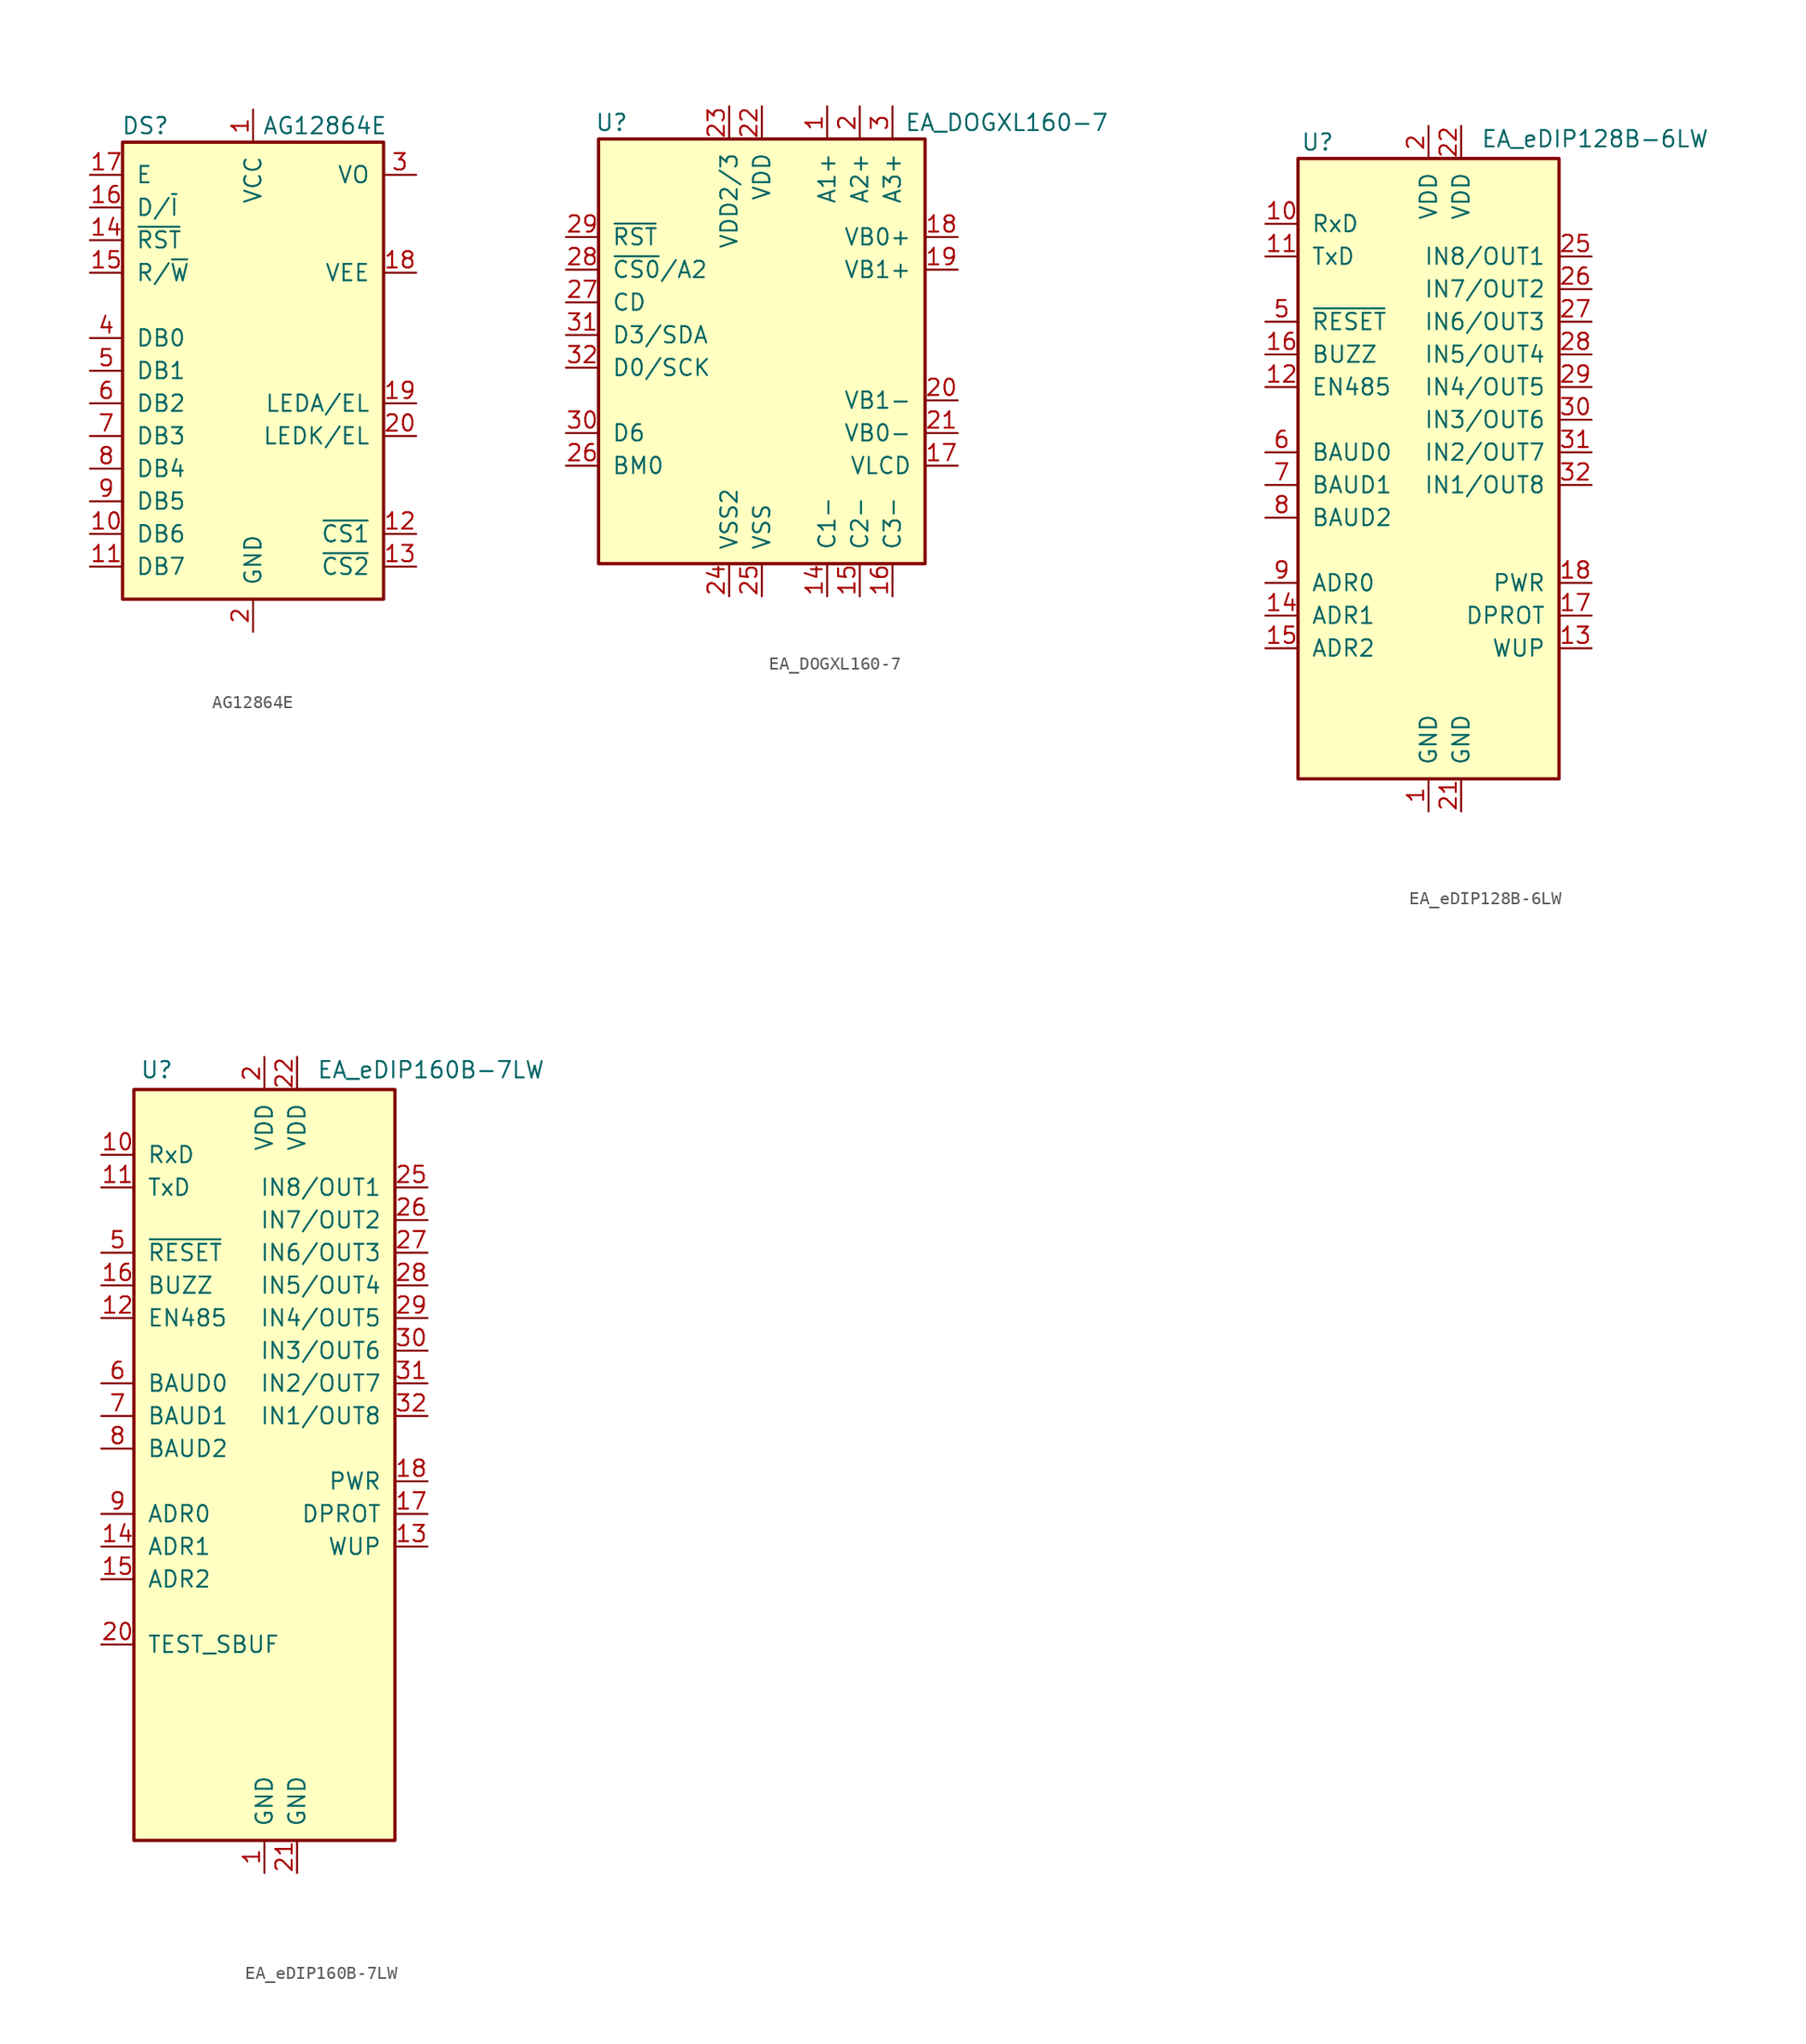
<source format=kicad_sym>
(kicad_symbol_lib
  (version 20201005)
  (generator kicad_symbol_editor)
  (symbol "AG12864E"
    (pin_names
      (offset 1.016))
    (property "Reference" "DS"
      (at -8.382 19.05 0)
      (effects (font (size 1.27 1.27))))
    (property "Value" "AG12864E"
      (at 5.588 19.05 0)
      (effects (font (size 1.27 1.27))))
    (symbol "AG12864E_0_1"
      (rectangle (start -10.16 17.78) (end 10.16 -17.78) (stroke (width 0.254)) (fill (type background))))
    (symbol "AG12864E_1_1"
      (pin power_in line (at 0 20.32 270) (length 2.54) (name "VCC" (effects (font (size 1.27 1.27)))) (number "1" (effects (font (size 1.27 1.27)))))
      (pin bidirectional line (at -12.7 -12.7 0) (length 2.54) (name "DB6" (effects (font (size 1.27 1.27)))) (number "10" (effects (font (size 1.27 1.27)))))
      (pin bidirectional line (at -12.7 -15.24 0) (length 2.54) (name "DB7" (effects (font (size 1.27 1.27)))) (number "11" (effects (font (size 1.27 1.27)))))
      (pin input line (at 12.7 -12.7 180) (length 2.54) (name "~CS1~" (effects (font (size 1.27 1.27)))) (number "12" (effects (font (size 1.27 1.27)))))
      (pin input line (at 12.7 -15.24 180) (length 2.54) (name "~CS2~" (effects (font (size 1.27 1.27)))) (number "13" (effects (font (size 1.27 1.27)))))
      (pin input line (at -12.7 10.16 0) (length 2.54) (name "~RST~" (effects (font (size 1.27 1.27)))) (number "14" (effects (font (size 1.27 1.27)))))
      (pin input line (at -12.7 7.62 0) (length 2.54) (name "R/~W~" (effects (font (size 1.27 1.27)))) (number "15" (effects (font (size 1.27 1.27)))))
      (pin input line (at -12.7 12.7 0) (length 2.54) (name "D/~I~" (effects (font (size 1.27 1.27)))) (number "16" (effects (font (size 1.27 1.27)))))
      (pin input line (at -12.7 15.24 0) (length 2.54) (name "E" (effects (font (size 1.27 1.27)))) (number "17" (effects (font (size 1.27 1.27)))))
      (pin passive line (at 12.7 7.62 180) (length 2.54) (name "VEE" (effects (font (size 1.27 1.27)))) (number "18" (effects (font (size 1.27 1.27)))))
      (pin passive line (at 12.7 -2.54 180) (length 2.54) (name "LEDA/EL" (effects (font (size 1.27 1.27)))) (number "19" (effects (font (size 1.27 1.27)))))
      (pin power_in line (at 0 -20.32 90) (length 2.54) (name "GND" (effects (font (size 1.27 1.27)))) (number "2" (effects (font (size 1.27 1.27)))))
      (pin passive line (at 12.7 -5.08 180) (length 2.54) (name "LEDK/EL" (effects (font (size 1.27 1.27)))) (number "20" (effects (font (size 1.27 1.27)))))
      (pin passive line (at 12.7 15.24 180) (length 2.54) (name "VO" (effects (font (size 1.27 1.27)))) (number "3" (effects (font (size 1.27 1.27)))))
      (pin bidirectional line (at -12.7 2.54 0) (length 2.54) (name "DB0" (effects (font (size 1.27 1.27)))) (number "4" (effects (font (size 1.27 1.27)))))
      (pin bidirectional line (at -12.7 0 0) (length 2.54) (name "DB1" (effects (font (size 1.27 1.27)))) (number "5" (effects (font (size 1.27 1.27)))))
      (pin bidirectional line (at -12.7 -2.54 0) (length 2.54) (name "DB2" (effects (font (size 1.27 1.27)))) (number "6" (effects (font (size 1.27 1.27)))))
      (pin bidirectional line (at -12.7 -5.08 0) (length 2.54) (name "DB3" (effects (font (size 1.27 1.27)))) (number "7" (effects (font (size 1.27 1.27)))))
      (pin bidirectional line (at -12.7 -7.62 0) (length 2.54) (name "DB4" (effects (font (size 1.27 1.27)))) (number "8" (effects (font (size 1.27 1.27)))))
      (pin bidirectional line (at -12.7 -10.16 0) (length 2.54) (name "DB5" (effects (font (size 1.27 1.27)))) (number "9" (effects (font (size 1.27 1.27)))))))
  (symbol "EA_DOGXL160-7"
    (pin_names
      (offset 1.016))
    (property "Reference" "U"
      (at -11.684 16.51 0)
      (effects (font (size 1.27 1.27))))
    (property "Value" "EA_DOGXL160-7"
      (at 19.05 16.51 0)
      (effects (font (size 1.27 1.27))))
    (symbol "EA_DOGXL160-7_0_1"
      (rectangle (start -12.7 15.24) (end 12.7 -17.78) (stroke (width 0.254)) (fill (type background))))
    (symbol "EA_DOGXL160-7_1_1"
      (pin power_in line (at 5.08 17.78 270) (length 2.54) (name "A1+" (effects (font (size 1.27 1.27)))) (number "1" (effects (font (size 1.27 1.27)))))
      (pin power_in line (at 5.08 -20.32 90) (length 2.54) (name "C1-" (effects (font (size 1.27 1.27)))) (number "14" (effects (font (size 1.27 1.27)))))
      (pin power_in line (at 7.62 -20.32 90) (length 2.54) (name "C2-" (effects (font (size 1.27 1.27)))) (number "15" (effects (font (size 1.27 1.27)))))
      (pin power_in line (at 10.16 -20.32 90) (length 2.54) (name "C3-" (effects (font (size 1.27 1.27)))) (number "16" (effects (font (size 1.27 1.27)))))
      (pin passive line (at 15.24 -10.16 180) (length 2.54) (name "VLCD" (effects (font (size 1.27 1.27)))) (number "17" (effects (font (size 1.27 1.27)))))
      (pin passive line (at 15.24 7.62 180) (length 2.54) (name "VB0+" (effects (font (size 1.27 1.27)))) (number "18" (effects (font (size 1.27 1.27)))))
      (pin passive line (at 15.24 5.08 180) (length 2.54) (name "VB1+" (effects (font (size 1.27 1.27)))) (number "19" (effects (font (size 1.27 1.27)))))
      (pin power_in line (at 7.62 17.78 270) (length 2.54) (name "A2+" (effects (font (size 1.27 1.27)))) (number "2" (effects (font (size 1.27 1.27)))))
      (pin passive line (at 15.24 -5.08 180) (length 2.54) (name "VB1-" (effects (font (size 1.27 1.27)))) (number "20" (effects (font (size 1.27 1.27)))))
      (pin passive line (at 15.24 -7.62 180) (length 2.54) (name "VB0-" (effects (font (size 1.27 1.27)))) (number "21" (effects (font (size 1.27 1.27)))))
      (pin power_in line (at 0 17.78 270) (length 2.54) (name "VDD" (effects (font (size 1.27 1.27)))) (number "22" (effects (font (size 1.27 1.27)))))
      (pin power_in line (at -2.54 17.78 270) (length 2.54) (name "VDD2/3" (effects (font (size 1.27 1.27)))) (number "23" (effects (font (size 1.27 1.27)))))
      (pin power_in line (at -2.54 -20.32 90) (length 2.54) (name "VSS2" (effects (font (size 1.27 1.27)))) (number "24" (effects (font (size 1.27 1.27)))))
      (pin power_in line (at 0 -20.32 90) (length 2.54) (name "VSS" (effects (font (size 1.27 1.27)))) (number "25" (effects (font (size 1.27 1.27)))))
      (pin input line (at -15.24 -10.16 0) (length 2.54) (name "BM0" (effects (font (size 1.27 1.27)))) (number "26" (effects (font (size 1.27 1.27)))))
      (pin input line (at -15.24 2.54 0) (length 2.54) (name "CD" (effects (font (size 1.27 1.27)))) (number "27" (effects (font (size 1.27 1.27)))))
      (pin input line (at -15.24 5.08 0) (length 2.54) (name "~CS0~/A2" (effects (font (size 1.27 1.27)))) (number "28" (effects (font (size 1.27 1.27)))))
      (pin input line (at -15.24 7.62 0) (length 2.54) (name "~RST" (effects (font (size 1.27 1.27)))) (number "29" (effects (font (size 1.27 1.27)))))
      (pin power_in line (at 10.16 17.78 270) (length 2.54) (name "A3+" (effects (font (size 1.27 1.27)))) (number "3" (effects (font (size 1.27 1.27)))))
      (pin input line (at -15.24 -7.62 0) (length 2.54) (name "D6" (effects (font (size 1.27 1.27)))) (number "30" (effects (font (size 1.27 1.27)))))
      (pin bidirectional line (at -15.24 0 0) (length 2.54) (name "D3/SDA" (effects (font (size 1.27 1.27)))) (number "31" (effects (font (size 1.27 1.27)))))
      (pin input line (at -15.24 -2.54 0) (length 2.54) (name "D0/SCK" (effects (font (size 1.27 1.27)))) (number "32" (effects (font (size 1.27 1.27)))))))
  (symbol "EA_eDIP128B-6LW"
    (pin_names
      (offset 1.016))
    (property "Reference" "U"
      (at -8.636 24.13 0)
      (effects (font (size 1.27 1.27))))
    (property "Value" "EA_eDIP128B-6LW"
      (at 4.064 24.384 0)
      (effects (font (size 1.27 1.27)) (justify left)))
    (symbol "EA_eDIP128B-6LW_0_1"
      (rectangle (start -10.16 22.86) (end 10.16 -25.4) (stroke (width 0.254)) (fill (type background))))
    (symbol "EA_eDIP128B-6LW_1_1"
      (pin power_in line (at 0 -27.94 90) (length 2.54) (name "GND" (effects (font (size 1.27 1.27)))) (number "1" (effects (font (size 1.27 1.27)))))
      (pin input line (at -12.7 17.78 0) (length 2.54) (name "RxD" (effects (font (size 1.27 1.27)))) (number "10" (effects (font (size 1.27 1.27)))))
      (pin output line (at -12.7 15.24 0) (length 2.54) (name "TxD" (effects (font (size 1.27 1.27)))) (number "11" (effects (font (size 1.27 1.27)))))
      (pin output line (at -12.7 5.08 0) (length 2.54) (name "EN485" (effects (font (size 1.27 1.27)))) (number "12" (effects (font (size 1.27 1.27)))))
      (pin input line (at 12.7 -15.24 180) (length 2.54) (name "WUP" (effects (font (size 1.27 1.27)))) (number "13" (effects (font (size 1.27 1.27)))))
      (pin input line (at -12.7 -12.7 0) (length 2.54) (name "ADR1" (effects (font (size 1.27 1.27)))) (number "14" (effects (font (size 1.27 1.27)))))
      (pin input line (at -12.7 -15.24 0) (length 2.54) (name "ADR2" (effects (font (size 1.27 1.27)))) (number "15" (effects (font (size 1.27 1.27)))))
      (pin output line (at -12.7 7.62 0) (length 2.54) (name "BUZZ" (effects (font (size 1.27 1.27)))) (number "16" (effects (font (size 1.27 1.27)))))
      (pin input line (at 12.7 -12.7 180) (length 2.54) (name "DPROT" (effects (font (size 1.27 1.27)))) (number "17" (effects (font (size 1.27 1.27)))))
      (pin output line (at 12.7 -10.16 180) (length 2.54) (name "PWR" (effects (font (size 1.27 1.27)))) (number "18" (effects (font (size 1.27 1.27)))))
      (pin no_connect line (at -12.7 -22.86 0) (length 2.54) hide (name "NC" (effects (font (size 1.27 1.27)))) (number "19" (effects (font (size 1.27 1.27)))))
      (pin power_in line (at 0 25.4 270) (length 2.54) (name "VDD" (effects (font (size 1.27 1.27)))) (number "2" (effects (font (size 1.27 1.27)))))
      (pin power_in line (at 2.54 -27.94 90) (length 2.54) (name "GND" (effects (font (size 1.27 1.27)))) (number "21" (effects (font (size 1.27 1.27)))))
      (pin power_in line (at 2.54 25.4 270) (length 2.54) (name "VDD" (effects (font (size 1.27 1.27)))) (number "22" (effects (font (size 1.27 1.27)))))
      (pin no_connect line (at 12.7 -17.78 180) (length 2.54) hide (name "NC" (effects (font (size 1.27 1.27)))) (number "23" (effects (font (size 1.27 1.27)))))
      (pin no_connect line (at 12.7 -20.32 180) (length 2.54) hide (name "NC" (effects (font (size 1.27 1.27)))) (number "24" (effects (font (size 1.27 1.27)))))
      (pin bidirectional line (at 12.7 15.24 180) (length 2.54) (name "IN8/OUT1" (effects (font (size 1.27 1.27)))) (number "25" (effects (font (size 1.27 1.27)))))
      (pin bidirectional line (at 12.7 12.7 180) (length 2.54) (name "IN7/OUT2" (effects (font (size 1.27 1.27)))) (number "26" (effects (font (size 1.27 1.27)))))
      (pin bidirectional line (at 12.7 10.16 180) (length 2.54) (name "IN6/OUT3" (effects (font (size 1.27 1.27)))) (number "27" (effects (font (size 1.27 1.27)))))
      (pin bidirectional line (at 12.7 7.62 180) (length 2.54) (name "IN5/OUT4" (effects (font (size 1.27 1.27)))) (number "28" (effects (font (size 1.27 1.27)))))
      (pin bidirectional line (at 12.7 5.08 180) (length 2.54) (name "IN4/OUT5" (effects (font (size 1.27 1.27)))) (number "29" (effects (font (size 1.27 1.27)))))
      (pin no_connect line (at -12.7 -17.78 0) (length 2.54) hide (name "NC" (effects (font (size 1.27 1.27)))) (number "3" (effects (font (size 1.27 1.27)))))
      (pin bidirectional line (at 12.7 2.54 180) (length 2.54) (name "IN3/OUT6" (effects (font (size 1.27 1.27)))) (number "30" (effects (font (size 1.27 1.27)))))
      (pin bidirectional line (at 12.7 0 180) (length 2.54) (name "IN2/OUT7" (effects (font (size 1.27 1.27)))) (number "31" (effects (font (size 1.27 1.27)))))
      (pin bidirectional line (at 12.7 -2.54 180) (length 2.54) (name "IN1/OUT8" (effects (font (size 1.27 1.27)))) (number "32" (effects (font (size 1.27 1.27)))))
      (pin no_connect line (at -12.7 -20.32 0) (length 2.54) hide (name "NC" (effects (font (size 1.27 1.27)))) (number "4" (effects (font (size 1.27 1.27)))))
      (pin input line (at -12.7 10.16 0) (length 2.54) (name "~RESET" (effects (font (size 1.27 1.27)))) (number "5" (effects (font (size 1.27 1.27)))))
      (pin input line (at -12.7 0 0) (length 2.54) (name "BAUD0" (effects (font (size 1.27 1.27)))) (number "6" (effects (font (size 1.27 1.27)))))
      (pin input line (at -12.7 -2.54 0) (length 2.54) (name "BAUD1" (effects (font (size 1.27 1.27)))) (number "7" (effects (font (size 1.27 1.27)))))
      (pin input line (at -12.7 -5.08 0) (length 2.54) (name "BAUD2" (effects (font (size 1.27 1.27)))) (number "8" (effects (font (size 1.27 1.27)))))
      (pin input line (at -12.7 -10.16 0) (length 2.54) (name "ADR0" (effects (font (size 1.27 1.27)))) (number "9" (effects (font (size 1.27 1.27)))))))
  (symbol "EA_eDIP160B-7LW"
    (pin_names
      (offset 1.016))
    (property "Reference" "U"
      (at -8.382 29.464 0)
      (effects (font (size 1.27 1.27))))
    (property "Value" "EA_eDIP160B-7LW"
      (at 4.064 29.464 0)
      (effects (font (size 1.27 1.27)) (justify left)))
    (symbol "EA_eDIP160B-7LW_0_1"
      (rectangle (start -10.16 27.94) (end 10.16 -30.48) (stroke (width 0.254)) (fill (type background))))
    (symbol "EA_eDIP160B-7LW_1_1"
      (pin power_in line (at 0 -33.02 90) (length 2.54) (name "GND" (effects (font (size 1.27 1.27)))) (number "1" (effects (font (size 1.27 1.27)))))
      (pin input line (at -12.7 22.86 0) (length 2.54) (name "RxD" (effects (font (size 1.27 1.27)))) (number "10" (effects (font (size 1.27 1.27)))))
      (pin output line (at -12.7 20.32 0) (length 2.54) (name "TxD" (effects (font (size 1.27 1.27)))) (number "11" (effects (font (size 1.27 1.27)))))
      (pin output line (at -12.7 10.16 0) (length 2.54) (name "EN485" (effects (font (size 1.27 1.27)))) (number "12" (effects (font (size 1.27 1.27)))))
      (pin input line (at 12.7 -7.62 180) (length 2.54) (name "WUP" (effects (font (size 1.27 1.27)))) (number "13" (effects (font (size 1.27 1.27)))))
      (pin input line (at -12.7 -7.62 0) (length 2.54) (name "ADR1" (effects (font (size 1.27 1.27)))) (number "14" (effects (font (size 1.27 1.27)))))
      (pin input line (at -12.7 -10.16 0) (length 2.54) (name "ADR2" (effects (font (size 1.27 1.27)))) (number "15" (effects (font (size 1.27 1.27)))))
      (pin output line (at -12.7 12.7 0) (length 2.54) (name "BUZZ" (effects (font (size 1.27 1.27)))) (number "16" (effects (font (size 1.27 1.27)))))
      (pin input line (at 12.7 -5.08 180) (length 2.54) (name "DPROT" (effects (font (size 1.27 1.27)))) (number "17" (effects (font (size 1.27 1.27)))))
      (pin output line (at 12.7 -2.54 180) (length 2.54) (name "PWR" (effects (font (size 1.27 1.27)))) (number "18" (effects (font (size 1.27 1.27)))))
      (pin no_connect line (at -10.16 -22.86 0) (length 2.54) hide (name "NC" (effects (font (size 1.27 1.27)))) (number "19" (effects (font (size 1.27 1.27)))))
      (pin power_in line (at 0 30.48 270) (length 2.54) (name "VDD" (effects (font (size 1.27 1.27)))) (number "2" (effects (font (size 1.27 1.27)))))
      (pin open_collector line (at -12.7 -15.24 0) (length 2.54) (name "TEST_SBUF" (effects (font (size 1.27 1.27)))) (number "20" (effects (font (size 1.27 1.27)))))
      (pin power_in line (at 2.54 -33.02 90) (length 2.54) (name "GND" (effects (font (size 1.27 1.27)))) (number "21" (effects (font (size 1.27 1.27)))))
      (pin power_in line (at 2.54 30.48 270) (length 2.54) (name "VDD" (effects (font (size 1.27 1.27)))) (number "22" (effects (font (size 1.27 1.27)))))
      (pin no_connect line (at -10.16 -25.4 0) (length 2.54) hide (name "NC" (effects (font (size 1.27 1.27)))) (number "23" (effects (font (size 1.27 1.27)))))
      (pin no_connect line (at -10.16 -27.94 0) (length 2.54) hide (name "NC" (effects (font (size 1.27 1.27)))) (number "24" (effects (font (size 1.27 1.27)))))
      (pin bidirectional line (at 12.7 20.32 180) (length 2.54) (name "IN8/OUT1" (effects (font (size 1.27 1.27)))) (number "25" (effects (font (size 1.27 1.27)))))
      (pin bidirectional line (at 12.7 17.78 180) (length 2.54) (name "IN7/OUT2" (effects (font (size 1.27 1.27)))) (number "26" (effects (font (size 1.27 1.27)))))
      (pin bidirectional line (at 12.7 15.24 180) (length 2.54) (name "IN6/OUT3" (effects (font (size 1.27 1.27)))) (number "27" (effects (font (size 1.27 1.27)))))
      (pin bidirectional line (at 12.7 12.7 180) (length 2.54) (name "IN5/OUT4" (effects (font (size 1.27 1.27)))) (number "28" (effects (font (size 1.27 1.27)))))
      (pin bidirectional line (at 12.7 10.16 180) (length 2.54) (name "IN4/OUT5" (effects (font (size 1.27 1.27)))) (number "29" (effects (font (size 1.27 1.27)))))
      (pin no_connect line (at -10.16 -17.78 0) (length 2.54) hide (name "NC" (effects (font (size 1.27 1.27)))) (number "3" (effects (font (size 1.27 1.27)))))
      (pin bidirectional line (at 12.7 7.62 180) (length 2.54) (name "IN3/OUT6" (effects (font (size 1.27 1.27)))) (number "30" (effects (font (size 1.27 1.27)))))
      (pin bidirectional line (at 12.7 5.08 180) (length 2.54) (name "IN2/OUT7" (effects (font (size 1.27 1.27)))) (number "31" (effects (font (size 1.27 1.27)))))
      (pin bidirectional line (at 12.7 2.54 180) (length 2.54) (name "IN1/OUT8" (effects (font (size 1.27 1.27)))) (number "32" (effects (font (size 1.27 1.27)))))
      (pin no_connect line (at 10.16 -10.16 180) (length 2.54) hide (name "NC" (effects (font (size 1.27 1.27)))) (number "33" (effects (font (size 1.27 1.27)))))
      (pin no_connect line (at 10.16 -12.7 180) (length 2.54) hide (name "NC" (effects (font (size 1.27 1.27)))) (number "34" (effects (font (size 1.27 1.27)))))
      (pin no_connect line (at 10.16 -15.24 180) (length 2.54) hide (name "NC" (effects (font (size 1.27 1.27)))) (number "35" (effects (font (size 1.27 1.27)))))
      (pin no_connect line (at 10.16 -17.78 180) (length 2.54) hide (name "NC" (effects (font (size 1.27 1.27)))) (number "36" (effects (font (size 1.27 1.27)))))
      (pin no_connect line (at 10.16 -20.32 180) (length 2.54) hide (name "NC" (effects (font (size 1.27 1.27)))) (number "37" (effects (font (size 1.27 1.27)))))
      (pin no_connect line (at 10.16 -22.86 180) (length 2.54) hide (name "NC" (effects (font (size 1.27 1.27)))) (number "38" (effects (font (size 1.27 1.27)))))
      (pin no_connect line (at 10.16 -25.4 180) (length 2.54) hide (name "NC" (effects (font (size 1.27 1.27)))) (number "39" (effects (font (size 1.27 1.27)))))
      (pin no_connect line (at -10.16 -20.32 0) (length 2.54) hide (name "NC" (effects (font (size 1.27 1.27)))) (number "4" (effects (font (size 1.27 1.27)))))
      (pin no_connect line (at 10.16 -27.94 180) (length 2.54) hide (name "NC" (effects (font (size 1.27 1.27)))) (number "40" (effects (font (size 1.27 1.27)))))
      (pin input line (at -12.7 15.24 0) (length 2.54) (name "~RESET" (effects (font (size 1.27 1.27)))) (number "5" (effects (font (size 1.27 1.27)))))
      (pin input line (at -12.7 5.08 0) (length 2.54) (name "BAUD0" (effects (font (size 1.27 1.27)))) (number "6" (effects (font (size 1.27 1.27)))))
      (pin input line (at -12.7 2.54 0) (length 2.54) (name "BAUD1" (effects (font (size 1.27 1.27)))) (number "7" (effects (font (size 1.27 1.27)))))
      (pin input line (at -12.7 0 0) (length 2.54) (name "BAUD2" (effects (font (size 1.27 1.27)))) (number "8" (effects (font (size 1.27 1.27)))))
      (pin input line (at -12.7 -5.08 0) (length 2.54) (name "ADR0" (effects (font (size 1.27 1.27)))) (number "9" (effects (font (size 1.27 1.27))))))))
</source>
